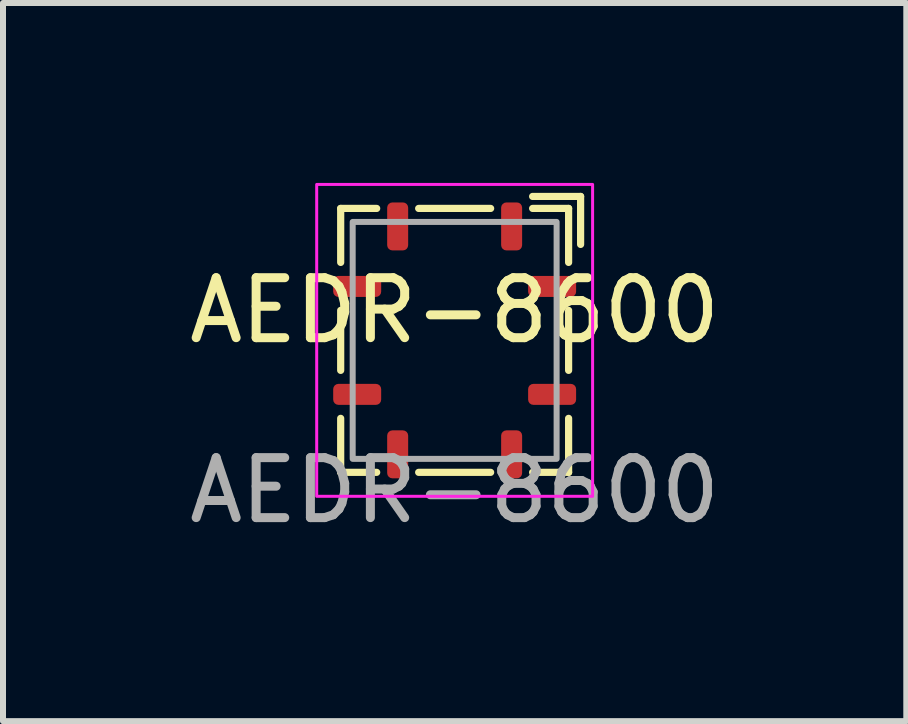
<source format=kicad_pcb>
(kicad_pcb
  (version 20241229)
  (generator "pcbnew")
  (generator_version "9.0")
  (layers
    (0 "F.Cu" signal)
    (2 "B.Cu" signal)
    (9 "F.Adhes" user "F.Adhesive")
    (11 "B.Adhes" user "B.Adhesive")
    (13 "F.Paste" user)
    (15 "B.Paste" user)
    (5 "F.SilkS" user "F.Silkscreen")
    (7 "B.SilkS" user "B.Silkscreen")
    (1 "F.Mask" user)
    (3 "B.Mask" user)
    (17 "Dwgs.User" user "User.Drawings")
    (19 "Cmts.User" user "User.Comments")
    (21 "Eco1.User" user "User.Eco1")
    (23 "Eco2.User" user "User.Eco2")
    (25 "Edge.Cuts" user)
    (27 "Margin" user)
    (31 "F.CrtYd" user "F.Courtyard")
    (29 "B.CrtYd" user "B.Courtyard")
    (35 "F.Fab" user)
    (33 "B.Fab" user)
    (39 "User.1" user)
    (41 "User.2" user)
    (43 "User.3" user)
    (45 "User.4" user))
  (footprint "AEDR-8600"
    (layer "F.Cu")
    (at 4.53 2.625)
    (property "Reference" "AEDR-8600" (at 0 -0.5 0) (unlocked yes) (layer "F.SilkS") (effects (font (size 1 1) (thickness 0.15))))
    (attr smd)
    (fp_line (start -1.9 -2.2) (end -1.3 -2.2) (stroke (width 0.12) (type solid)) (layer "F.SilkS"))
    (fp_line (start -1.9 -1.3) (end -1.9 -2.2) (stroke (width 0.12) (type solid)) (layer "F.SilkS"))
    (fp_line (start -1.9 0.5) (end -1.9 -0.5) (stroke (width 0.12) (type solid)) (layer "F.SilkS"))
    (fp_line (start -1.9 2.2) (end -1.9 1.3) (stroke (width 0.12) (type solid)) (layer "F.SilkS"))
    (fp_line (start -1.3 2.2) (end -1.9 2.2) (stroke (width 0.12) (type solid)) (layer "F.SilkS"))
    (fp_line (start -0.6 -2.2) (end 0.6 -2.2) (stroke (width 0.12) (type solid)) (layer "F.SilkS"))
    (fp_line (start 0.6 2.2) (end -0.6 2.2) (stroke (width 0.12) (type solid)) (layer "F.SilkS"))
    (fp_line (start 1.3 -2.4) (end 2.1 -2.4) (stroke (width 0.12) (type solid)) (layer "F.SilkS"))
    (fp_line (start 1.3 -2.2) (end 1.9 -2.2) (stroke (width 0.12) (type solid)) (layer "F.SilkS"))
    (fp_line (start 1.9 -2.2) (end 1.9 -1.3) (stroke (width 0.12) (type solid)) (layer "F.SilkS"))
    (fp_line (start 1.9 -0.5) (end 1.9 0.5) (stroke (width 0.12) (type solid)) (layer "F.SilkS"))
    (fp_line (start 1.9 1.3) (end 1.9 2.2) (stroke (width 0.12) (type solid)) (layer "F.SilkS"))
    (fp_line (start 1.9 2.2) (end 1.3 2.2) (stroke (width 0.12) (type solid)) (layer "F.SilkS"))
    (fp_line (start 2.1 -2.4) (end 2.1 -1.6) (stroke (width 0.12) (type solid)) (layer "F.SilkS"))
    (fp_rect (start -2.3 -2.6) (end 2.3 2.6) (stroke (width 0.05) (type solid)) (fill no) (layer "F.CrtYd"))
    (fp_rect (start -1.7 -1.975) (end 1.7 1.975) (stroke (width 0.1) (type solid)) (fill no) (layer "F.Fab"))
    (fp_text user "${REFERENCE}" (at 0 2.5 0) (unlocked yes) (layer "F.Fab") (effects (font (size 1 1) (thickness 0.15))))
    (pad "1" smd roundrect (at 0.95 -1.9) (size 0.35 0.8) (layers "F.Cu" "F.Mask" "F.Paste") (roundrect_rratio 0.25))
    (pad "2" smd roundrect (at 1.625 -0.9) (size 0.8 0.35) (layers "F.Cu" "F.Mask" "F.Paste") (roundrect_rratio 0.25))
    (pad "3" smd roundrect (at 1.625 0.9) (size 0.8 0.35) (layers "F.Cu" "F.Mask" "F.Paste") (roundrect_rratio 0.25))
    (pad "4" smd roundrect (at 0.95 1.9) (size 0.35 0.8) (layers "F.Cu" "F.Mask" "F.Paste") (roundrect_rratio 0.25))
    (pad "5" smd roundrect (at -0.95 1.9) (size 0.35 0.8) (layers "F.Cu" "F.Mask" "F.Paste") (roundrect_rratio 0.25))
    (pad "6" smd roundrect (at -1.625 0.9) (size 0.8 0.35) (layers "F.Cu" "F.Mask" "F.Paste") (roundrect_rratio 0.25))
    (pad "7" smd roundrect (at -1.625 -0.9) (size 0.8 0.35) (layers "F.Cu" "F.Mask" "F.Paste") (roundrect_rratio 0.25))
    (pad "8" smd roundrect (at -0.95 -1.9) (size 0.35 0.8) (layers "F.Cu" "F.Mask" "F.Paste") (roundrect_rratio 0.25)))
  (gr_rect
    (start -3 -3)
    (end 12.06 8.973)
    (stroke (width 0.1) (type default))
    (fill no)
    (layer "Edge.Cuts")))
</source>
